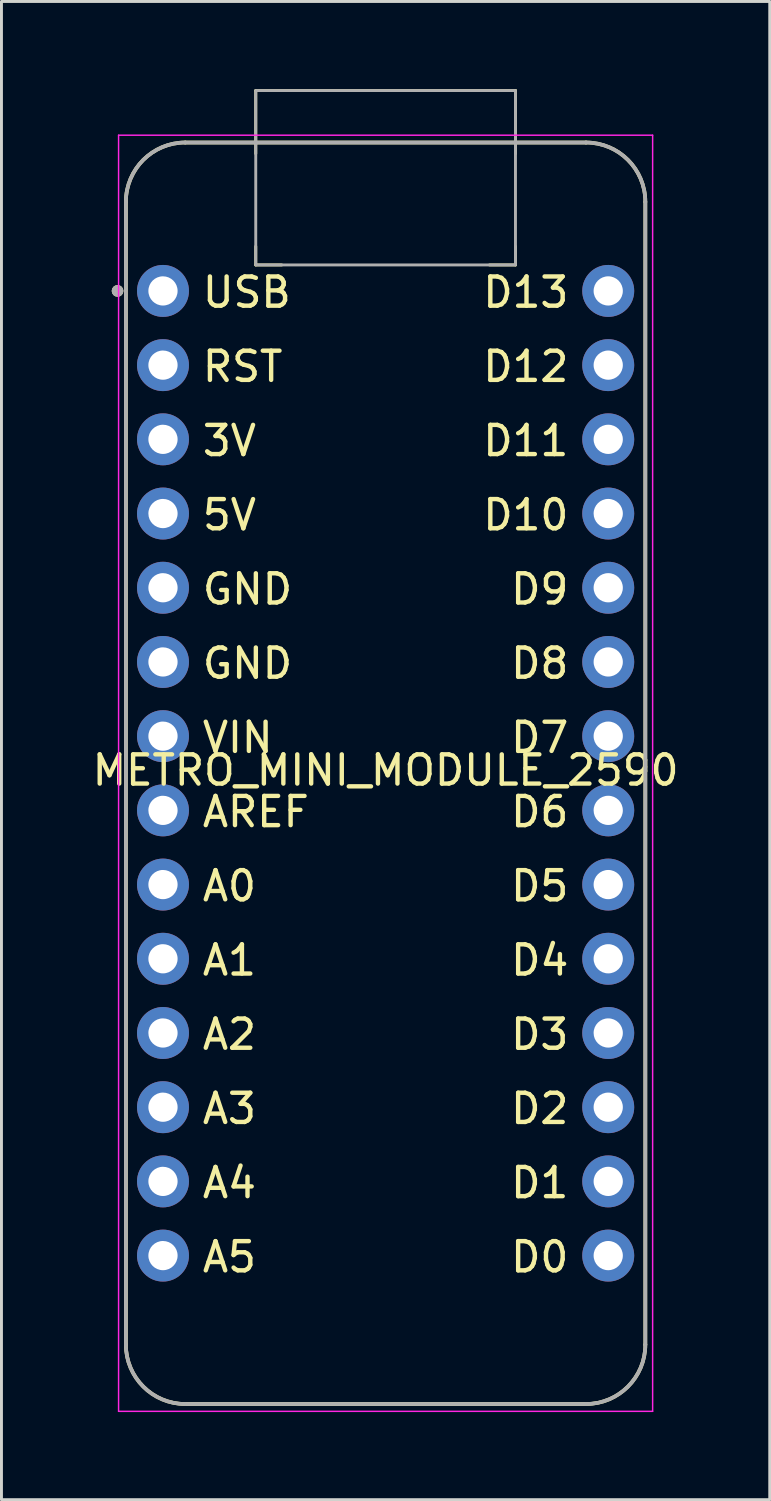
<source format=kicad_pcb>
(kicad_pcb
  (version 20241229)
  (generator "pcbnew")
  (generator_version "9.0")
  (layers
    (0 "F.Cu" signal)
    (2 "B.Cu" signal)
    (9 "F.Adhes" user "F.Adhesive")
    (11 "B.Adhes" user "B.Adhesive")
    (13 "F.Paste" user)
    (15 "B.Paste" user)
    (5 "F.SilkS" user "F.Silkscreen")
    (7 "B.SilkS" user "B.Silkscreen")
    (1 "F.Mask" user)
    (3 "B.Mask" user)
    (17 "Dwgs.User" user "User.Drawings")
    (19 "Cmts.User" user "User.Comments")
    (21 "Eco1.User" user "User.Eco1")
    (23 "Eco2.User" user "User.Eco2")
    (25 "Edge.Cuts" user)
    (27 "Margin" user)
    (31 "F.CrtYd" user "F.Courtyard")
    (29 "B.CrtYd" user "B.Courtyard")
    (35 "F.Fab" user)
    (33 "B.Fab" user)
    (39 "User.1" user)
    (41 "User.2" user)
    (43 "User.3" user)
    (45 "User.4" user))
  (footprint "METRO_MINI_MODULE_2590"
    (layer "F.Cu")
    (at 10.149 23.418)
    (property "Reference" "METRO_MINI_MODULE_2590" (at 0 -0.102 0) (layer "F.SilkS") (effects (font (size 1 1) (thickness 0.15))))
    (attr through_hole)
    (fp_line (start -8.89 19.558) (end -8.89 -19.558) (stroke (width 0.127) (type solid)) (layer "F.SilkS"))
    (fp_line (start -6.858 -21.59) (end 6.858 -21.59) (stroke (width 0.127) (type solid)) (layer "F.SilkS"))
    (fp_line (start -4.445 -23.368) (end -4.445 -21.59) (stroke (width 0.1) (type default)) (layer "F.SilkS"))
    (fp_line (start -4.445 -23.368) (end 4.445 -23.368) (stroke (width 0.1) (type default)) (layer "F.SilkS"))
    (fp_line (start -4.445 -21.59) (end -4.445 -21.209) (stroke (width 0.1) (type default)) (layer "F.SilkS"))
    (fp_line (start -4.445 -17.399) (end -4.445 -18.034) (stroke (width 0.1) (type default)) (layer "F.SilkS"))
    (fp_line (start -4.445 -17.399) (end -3.556 -17.399) (stroke (width 0.1) (type default)) (layer "F.SilkS"))
    (fp_line (start 4.445 -23.368) (end 4.445 -21.59) (stroke (width 0.1) (type default)) (layer "F.SilkS"))
    (fp_line (start 4.445 -21.59) (end 4.445 -21.209) (stroke (width 0.1) (type default)) (layer "F.SilkS"))
    (fp_line (start 4.445 -17.399) (end 3.556 -17.399) (stroke (width 0.1) (type default)) (layer "F.SilkS"))
    (fp_line (start 4.445 -17.399) (end 4.445 -18.034) (stroke (width 0.1) (type default)) (layer "F.SilkS"))
    (fp_line (start 6.858 21.59) (end -6.858 21.59) (stroke (width 0.127) (type solid)) (layer "F.SilkS"))
    (fp_line (start 8.89 -19.558) (end 8.89 19.558) (stroke (width 0.127) (type solid)) (layer "F.SilkS"))
    (fp_arc (start -8.89 -19.558) (mid -8.294841 -20.994841) (end -6.858 -21.59) (stroke (width 0.127) (type solid)) (layer "F.SilkS"))
    (fp_arc (start -6.858 21.59) (mid -8.294841 20.994841) (end -8.89 19.558) (stroke (width 0.127) (type solid)) (layer "F.SilkS"))
    (fp_arc (start 6.858 -21.59) (mid 8.294841 -20.994841) (end 8.89 -19.558) (stroke (width 0.127) (type solid)) (layer "F.SilkS"))
    (fp_arc (start 8.89 19.558) (mid 8.294841 20.994841) (end 6.858 21.59) (stroke (width 0.127) (type solid)) (layer "F.SilkS"))
    (fp_circle (center -9.175 -16.51) (end -9.075 -16.51) (stroke (width 0.2) (type solid)) (fill no) (layer "F.SilkS"))
    (fp_line (start -9.14 -21.84) (end -9.14 21.84) (stroke (width 0.05) (type solid)) (layer "F.CrtYd"))
    (fp_line (start -9.14 21.84) (end 9.14 21.84) (stroke (width 0.05) (type solid)) (layer "F.CrtYd"))
    (fp_line (start 9.14 -21.84) (end -9.14 -21.84) (stroke (width 0.05) (type solid)) (layer "F.CrtYd"))
    (fp_line (start 9.14 21.84) (end 9.14 -21.84) (stroke (width 0.05) (type solid)) (layer "F.CrtYd"))
    (fp_line (start -8.89 19.558) (end -8.89 -19.558) (stroke (width 0.127) (type solid)) (layer "F.Fab"))
    (fp_line (start -6.858 -21.59) (end 6.858 -21.59) (stroke (width 0.127) (type solid)) (layer "F.Fab"))
    (fp_line (start 6.858 21.59) (end -6.858 21.59) (stroke (width 0.127) (type solid)) (layer "F.Fab"))
    (fp_line (start 8.89 -19.558) (end 8.89 19.558) (stroke (width 0.127) (type solid)) (layer "F.Fab"))
    (fp_rect (start -4.445 -23.368) (end 4.445 -17.399) (stroke (width 0.1) (type default)) (fill no) (layer "F.Fab"))
    (fp_arc (start -8.89 -19.558) (mid -8.294841 -20.994841) (end -6.858 -21.59) (stroke (width 0.127) (type solid)) (layer "F.Fab"))
    (fp_arc (start -6.858 21.59) (mid -8.294841 20.994841) (end -8.89 19.558) (stroke (width 0.127) (type solid)) (layer "F.Fab"))
    (fp_arc (start 6.858 -21.59) (mid 8.294841 -20.994841) (end 8.89 -19.558) (stroke (width 0.127) (type solid)) (layer "F.Fab"))
    (fp_arc (start 8.89 19.558) (mid 8.294841 20.994841) (end 6.858 21.59) (stroke (width 0.127) (type solid)) (layer "F.Fab"))
    (fp_circle (center -9.175 -16.51) (end -9.075 -16.51) (stroke (width 0.2) (type solid)) (fill no) (layer "F.Fab"))
    (fp_text user "D0" (at 6.35 17.145 0) (unlocked yes) (layer "F.SilkS") (effects (font (size 1 1) (thickness 0.15)) (justify right bottom)))
    (fp_text user "A3" (at -6.35 12.065 0) (unlocked yes) (layer "F.SilkS") (effects (font (size 1 1) (thickness 0.15)) (justify left bottom)))
    (fp_text user "USB" (at -6.35 -15.875 0) (unlocked yes) (layer "F.SilkS") (effects (font (size 1 1) (thickness 0.15)) (justify left bottom)))
    (fp_text user "D7" (at 6.35 -0.635 0) (unlocked yes) (layer "F.SilkS") (effects (font (size 1 1) (thickness 0.15)) (justify right bottom)))
    (fp_text user "D3" (at 6.35 9.525 0) (unlocked yes) (layer "F.SilkS") (effects (font (size 1 1) (thickness 0.15)) (justify right bottom)))
    (fp_text user "D2" (at 6.35 12.065 0) (unlocked yes) (layer "F.SilkS") (effects (font (size 1 1) (thickness 0.15)) (justify right bottom)))
    (fp_text user "5V" (at -6.35 -8.255 0) (unlocked yes) (layer "F.SilkS") (effects (font (size 1 1) (thickness 0.15)) (justify left bottom)))
    (fp_text user "A2" (at -6.35 9.525 0) (unlocked yes) (layer "F.SilkS") (effects (font (size 1 1) (thickness 0.15)) (justify left bottom)))
    (fp_text user "D8" (at 6.35 -3.175 0) (unlocked yes) (layer "F.SilkS") (effects (font (size 1 1) (thickness 0.15)) (justify right bottom)))
    (fp_text user "D11" (at 6.35 -10.795 0) (unlocked yes) (layer "F.SilkS") (effects (font (size 1 1) (thickness 0.15)) (justify right bottom)))
    (fp_text user "3V" (at -6.35 -10.795 0) (unlocked yes) (layer "F.SilkS") (effects (font (size 1 1) (thickness 0.15)) (justify left bottom)))
    (fp_text user "D5" (at 6.35 4.445 0) (unlocked yes) (layer "F.SilkS") (effects (font (size 1 1) (thickness 0.15)) (justify right bottom)))
    (fp_text user "D13" (at 6.35 -15.875 0) (unlocked yes) (layer "F.SilkS") (effects (font (size 1 1) (thickness 0.15)) (justify right bottom)))
    (fp_text user "RST" (at -6.35 -13.335 0) (unlocked yes) (layer "F.SilkS") (effects (font (size 1 1) (thickness 0.15)) (justify left bottom)))
    (fp_text user "GND" (at -6.35 -5.715 0) (unlocked yes) (layer "F.SilkS") (effects (font (size 1 1) (thickness 0.15)) (justify left bottom)))
    (fp_text user "VIN" (at -6.35 -0.635 0) (unlocked yes) (layer "F.SilkS") (effects (font (size 1 1) (thickness 0.15)) (justify left bottom)))
    (fp_text user "AREF" (at -6.35 1.905 0) (unlocked yes) (layer "F.SilkS") (effects (font (size 1 1) (thickness 0.15)) (justify left bottom)))
    (fp_text user "D12" (at 6.35 -13.335 0) (unlocked yes) (layer "F.SilkS") (effects (font (size 1 1) (thickness 0.15)) (justify right bottom)))
    (fp_text user "A4" (at -6.35 14.605 0) (unlocked yes) (layer "F.SilkS") (effects (font (size 1 1) (thickness 0.15)) (justify left bottom)))
    (fp_text user "D10" (at 6.35 -8.255 0) (unlocked yes) (layer "F.SilkS") (effects (font (size 1 1) (thickness 0.15)) (justify right bottom)))
    (fp_text user "D6" (at 6.35 1.905 0) (unlocked yes) (layer "F.SilkS") (effects (font (size 1 1) (thickness 0.15)) (justify right bottom)))
    (fp_text user "D9" (at 6.35 -5.715 0) (unlocked yes) (layer "F.SilkS") (effects (font (size 1 1) (thickness 0.15)) (justify right bottom)))
    (fp_text user "A1" (at -6.35 6.985 0) (unlocked yes) (layer "F.SilkS") (effects (font (size 1 1) (thickness 0.15)) (justify left bottom)))
    (fp_text user "A5" (at -6.35 17.145 0) (unlocked yes) (layer "F.SilkS") (effects (font (size 1 1) (thickness 0.15)) (justify left bottom)))
    (fp_text user "GND" (at -6.35 -3.175 0) (unlocked yes) (layer "F.SilkS") (effects (font (size 1 1) (thickness 0.15)) (justify left bottom)))
    (fp_text user "D4" (at 6.35 6.985 0) (unlocked yes) (layer "F.SilkS") (effects (font (size 1 1) (thickness 0.15)) (justify right bottom)))
    (fp_text user "D1" (at 6.35 14.605 0) (unlocked yes) (layer "F.SilkS") (effects (font (size 1 1) (thickness 0.15)) (justify right bottom)))
    (fp_text user "A0" (at -6.35 4.445 0) (unlocked yes) (layer "F.SilkS") (effects (font (size 1 1) (thickness 0.15)) (justify left bottom)))
    (pad "1" thru_hole circle (at -7.62 -16.51) (size 1.778 1.778) (drill 1) (layers "*.Cu" "*.Mask"))
    (pad "2" thru_hole circle (at -7.62 -13.97) (size 1.778 1.778) (drill 1) (layers "*.Cu" "*.Mask"))
    (pad "3" thru_hole circle (at -7.62 -11.43) (size 1.778 1.778) (drill 1) (layers "*.Cu" "*.Mask"))
    (pad "4" thru_hole circle (at -7.62 -8.89) (size 1.778 1.778) (drill 1) (layers "*.Cu" "*.Mask"))
    (pad "5" thru_hole circle (at -7.62 -6.35) (size 1.778 1.778) (drill 1) (layers "*.Cu" "*.Mask"))
    (pad "6" thru_hole circle (at -7.62 -3.81) (size 1.778 1.778) (drill 1) (layers "*.Cu" "*.Mask"))
    (pad "7" thru_hole circle (at -7.62 -1.27) (size 1.778 1.778) (drill 1) (layers "*.Cu" "*.Mask"))
    (pad "8" thru_hole circle (at -7.62 1.27) (size 1.778 1.778) (drill 1) (layers "*.Cu" "*.Mask"))
    (pad "9" thru_hole circle (at -7.62 3.81) (size 1.778 1.778) (drill 1) (layers "*.Cu" "*.Mask"))
    (pad "10" thru_hole circle (at -7.62 6.35) (size 1.778 1.778) (drill 1) (layers "*.Cu" "*.Mask"))
    (pad "11" thru_hole circle (at -7.62 8.89) (size 1.778 1.778) (drill 1) (layers "*.Cu" "*.Mask"))
    (pad "12" thru_hole circle (at -7.62 11.43) (size 1.778 1.778) (drill 1) (layers "*.Cu" "*.Mask"))
    (pad "13" thru_hole circle (at -7.62 13.97) (size 1.778 1.778) (drill 1) (layers "*.Cu" "*.Mask"))
    (pad "14" thru_hole circle (at -7.62 16.51) (size 1.778 1.778) (drill 1) (layers "*.Cu" "*.Mask"))
    (pad "15" thru_hole circle (at 7.62 16.51) (size 1.778 1.778) (drill 1) (layers "*.Cu" "*.Mask"))
    (pad "16" thru_hole circle (at 7.62 13.97) (size 1.778 1.778) (drill 1) (layers "*.Cu" "*.Mask"))
    (pad "17" thru_hole circle (at 7.62 11.43) (size 1.778 1.778) (drill 1) (layers "*.Cu" "*.Mask"))
    (pad "18" thru_hole circle (at 7.62 8.89) (size 1.778 1.778) (drill 1) (layers "*.Cu" "*.Mask"))
    (pad "19" thru_hole circle (at 7.62 6.35) (size 1.778 1.778) (drill 1) (layers "*.Cu" "*.Mask"))
    (pad "20" thru_hole circle (at 7.62 3.81) (size 1.778 1.778) (drill 1) (layers "*.Cu" "*.Mask"))
    (pad "21" thru_hole circle (at 7.62 1.27) (size 1.778 1.778) (drill 1) (layers "*.Cu" "*.Mask"))
    (pad "22" thru_hole circle (at 7.62 -1.27) (size 1.778 1.778) (drill 1) (layers "*.Cu" "*.Mask"))
    (pad "23" thru_hole circle (at 7.62 -3.81) (size 1.778 1.778) (drill 1) (layers "*.Cu" "*.Mask"))
    (pad "24" thru_hole circle (at 7.62 -6.35) (size 1.778 1.778) (drill 1) (layers "*.Cu" "*.Mask"))
    (pad "25" thru_hole circle (at 7.62 -8.89) (size 1.778 1.778) (drill 1) (layers "*.Cu" "*.Mask"))
    (pad "26" thru_hole circle (at 7.62 -11.43) (size 1.778 1.778) (drill 1) (layers "*.Cu" "*.Mask"))
    (pad "27" thru_hole circle (at 7.62 -13.97) (size 1.778 1.778) (drill 1) (layers "*.Cu" "*.Mask"))
    (pad "28" thru_hole circle (at 7.62 -16.51) (size 1.778 1.778) (drill 1) (layers "*.Cu" "*.Mask")))
  (gr_rect
    (start -3 -3)
    (end 23.298 48.283)
    (stroke (width 0.1) (type default))
    (fill no)
    (layer "Edge.Cuts")))
</source>
